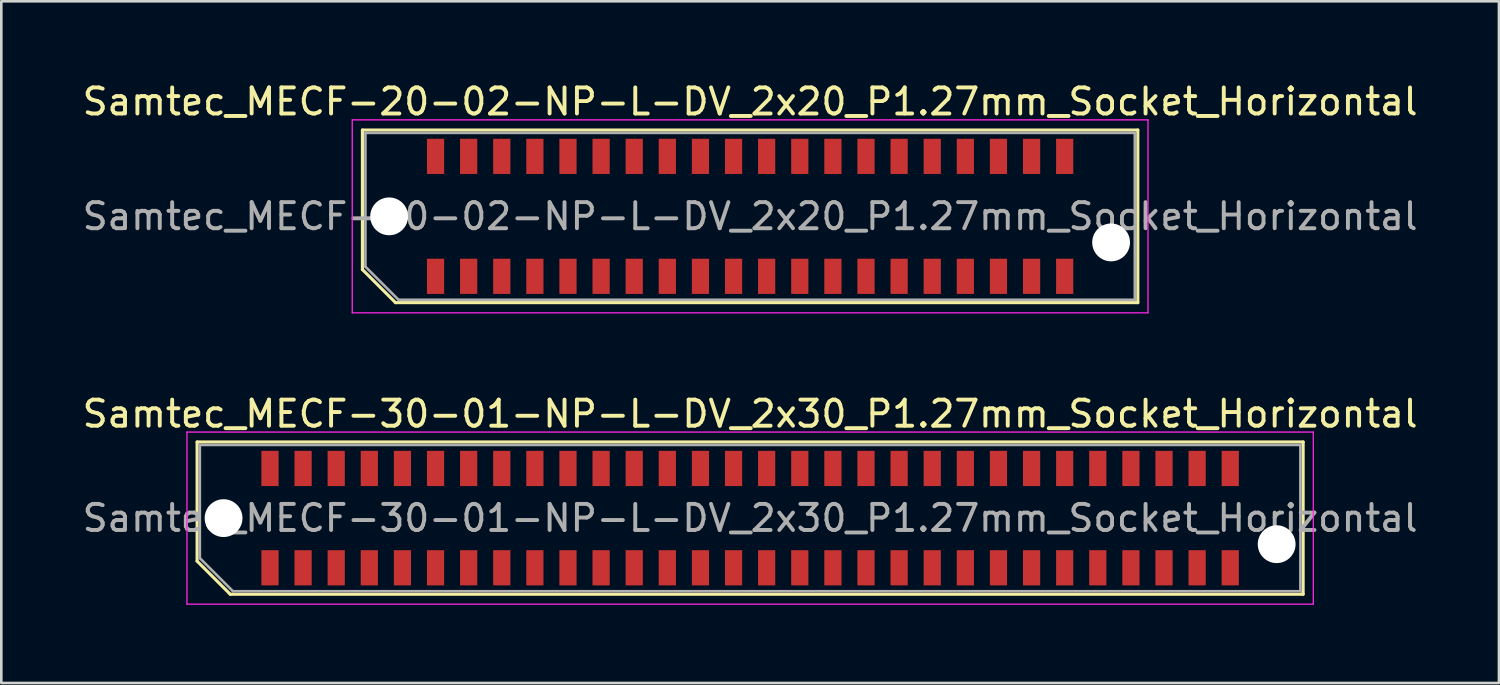
<source format=kicad_pcb>
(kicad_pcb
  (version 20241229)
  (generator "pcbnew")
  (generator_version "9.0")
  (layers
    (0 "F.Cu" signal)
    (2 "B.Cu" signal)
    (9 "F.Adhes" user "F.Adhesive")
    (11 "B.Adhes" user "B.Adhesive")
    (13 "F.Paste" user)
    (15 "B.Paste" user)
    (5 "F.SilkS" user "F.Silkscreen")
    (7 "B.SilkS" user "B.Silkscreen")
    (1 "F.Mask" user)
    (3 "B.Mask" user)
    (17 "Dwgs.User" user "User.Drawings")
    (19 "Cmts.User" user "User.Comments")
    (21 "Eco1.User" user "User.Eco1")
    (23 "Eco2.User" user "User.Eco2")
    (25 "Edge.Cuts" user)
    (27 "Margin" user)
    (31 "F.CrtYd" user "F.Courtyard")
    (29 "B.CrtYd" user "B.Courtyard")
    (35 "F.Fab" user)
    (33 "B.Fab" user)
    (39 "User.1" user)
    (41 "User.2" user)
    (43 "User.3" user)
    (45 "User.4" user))
  (footprint "Samtec_MECF-30-01-NP-L-DV_2x30_P1.27mm_Socket_Horizontal"
    (layer "F.Cu")
    (at 25.72 16.822)
    (property "Reference" "Samtec_MECF-30-01-NP-L-DV_2x30_P1.27mm_Socket_Horizontal" (at 0 -4 0) (layer "F.SilkS") (effects (font (size 1 1) (thickness 0.15))))
    (attr smd)
    (fp_line (start -21.21 -2.92) (end 21.21 -2.92) (stroke (width 0.12) (type solid)) (layer "F.SilkS"))
    (fp_line (start -21.21 1.65) (end -21.21 -2.92) (stroke (width 0.12) (type solid)) (layer "F.SilkS"))
    (fp_line (start -19.94 2.92) (end -21.21 1.65) (stroke (width 0.12) (type solid)) (layer "F.SilkS"))
    (fp_line (start -19.94 2.92) (end 21.21 2.92) (stroke (width 0.12) (type solid)) (layer "F.SilkS"))
    (fp_line (start 21.21 2.92) (end 21.21 -2.92) (stroke (width 0.12) (type solid)) (layer "F.SilkS"))
    (fp_line (start -21.6 -3.3) (end -21.6 3.3) (stroke (width 0.05) (type solid)) (layer "F.CrtYd"))
    (fp_line (start -21.6 3.3) (end 21.6 3.3) (stroke (width 0.05) (type solid)) (layer "F.CrtYd"))
    (fp_line (start 21.6 -3.3) (end -21.6 -3.3) (stroke (width 0.05) (type solid)) (layer "F.CrtYd"))
    (fp_line (start 21.6 3.3) (end 21.6 -3.3) (stroke (width 0.05) (type solid)) (layer "F.CrtYd"))
    (fp_line (start -21.105 -2.805) (end 21.105 -2.805) (stroke (width 0.1) (type solid)) (layer "F.Fab"))
    (fp_line (start -21.105 1.535) (end -21.105 -2.805) (stroke (width 0.1) (type solid)) (layer "F.Fab"))
    (fp_line (start -21.105 1.535) (end -19.835 2.805) (stroke (width 0.1) (type solid)) (layer "F.Fab"))
    (fp_line (start -19.835 2.805) (end 21.105 2.805) (stroke (width 0.1) (type solid)) (layer "F.Fab"))
    (fp_line (start 21.105 2.805) (end 21.105 -2.805) (stroke (width 0.1) (type solid)) (layer "F.Fab"))
    (fp_text user "${REFERENCE}" (at 0 0 0) (layer "F.Fab") (effects (font (size 1 1) (thickness 0.15))))
    (pad "" np_thru_hole circle (at -20.195 0) (size 1.45 1.45) (drill 1.45) (layers "*.Cu" "*.Mask"))
    (pad "" np_thru_hole circle (at 20.195 1) (size 1.45 1.45) (drill 1.45) (layers "*.Cu" "*.Mask"))
    (pad "1" smd rect (at -18.415 1.905) (size 0.66 1.35) (layers "F.Cu" "F.Mask" "F.Paste"))
    (pad "2" smd rect (at -18.415 -1.905) (size 0.66 1.35) (layers "F.Cu" "F.Mask" "F.Paste"))
    (pad "3" smd rect (at -17.145 1.905) (size 0.66 1.35) (layers "F.Cu" "F.Mask" "F.Paste"))
    (pad "4" smd rect (at -17.145 -1.905) (size 0.66 1.35) (layers "F.Cu" "F.Mask" "F.Paste"))
    (pad "5" smd rect (at -15.875 1.905) (size 0.66 1.35) (layers "F.Cu" "F.Mask" "F.Paste"))
    (pad "6" smd rect (at -15.875 -1.905) (size 0.66 1.35) (layers "F.Cu" "F.Mask" "F.Paste"))
    (pad "7" smd rect (at -14.605 1.905) (size 0.66 1.35) (layers "F.Cu" "F.Mask" "F.Paste"))
    (pad "8" smd rect (at -14.605 -1.905) (size 0.66 1.35) (layers "F.Cu" "F.Mask" "F.Paste"))
    (pad "9" smd rect (at -13.335 1.905) (size 0.66 1.35) (layers "F.Cu" "F.Mask" "F.Paste"))
    (pad "10" smd rect (at -13.335 -1.905) (size 0.66 1.35) (layers "F.Cu" "F.Mask" "F.Paste"))
    (pad "11" smd rect (at -12.065 1.905) (size 0.66 1.35) (layers "F.Cu" "F.Mask" "F.Paste"))
    (pad "12" smd rect (at -12.065 -1.905) (size 0.66 1.35) (layers "F.Cu" "F.Mask" "F.Paste"))
    (pad "13" smd rect (at -10.795 1.905) (size 0.66 1.35) (layers "F.Cu" "F.Mask" "F.Paste"))
    (pad "14" smd rect (at -10.795 -1.905) (size 0.66 1.35) (layers "F.Cu" "F.Mask" "F.Paste"))
    (pad "15" smd rect (at -9.525 1.905) (size 0.66 1.35) (layers "F.Cu" "F.Mask" "F.Paste"))
    (pad "16" smd rect (at -9.525 -1.905) (size 0.66 1.35) (layers "F.Cu" "F.Mask" "F.Paste"))
    (pad "17" smd rect (at -8.255 1.905) (size 0.66 1.35) (layers "F.Cu" "F.Mask" "F.Paste"))
    (pad "18" smd rect (at -8.255 -1.905) (size 0.66 1.35) (layers "F.Cu" "F.Mask" "F.Paste"))
    (pad "19" smd rect (at -6.985 1.905) (size 0.66 1.35) (layers "F.Cu" "F.Mask" "F.Paste"))
    (pad "20" smd rect (at -6.985 -1.905) (size 0.66 1.35) (layers "F.Cu" "F.Mask" "F.Paste"))
    (pad "21" smd rect (at -5.715 1.905) (size 0.66 1.35) (layers "F.Cu" "F.Mask" "F.Paste"))
    (pad "22" smd rect (at -5.715 -1.905) (size 0.66 1.35) (layers "F.Cu" "F.Mask" "F.Paste"))
    (pad "23" smd rect (at -4.445 1.905) (size 0.66 1.35) (layers "F.Cu" "F.Mask" "F.Paste"))
    (pad "24" smd rect (at -4.445 -1.905) (size 0.66 1.35) (layers "F.Cu" "F.Mask" "F.Paste"))
    (pad "25" smd rect (at -3.175 1.905) (size 0.66 1.35) (layers "F.Cu" "F.Mask" "F.Paste"))
    (pad "26" smd rect (at -3.175 -1.905) (size 0.66 1.35) (layers "F.Cu" "F.Mask" "F.Paste"))
    (pad "27" smd rect (at -1.905 1.905) (size 0.66 1.35) (layers "F.Cu" "F.Mask" "F.Paste"))
    (pad "28" smd rect (at -1.905 -1.905) (size 0.66 1.35) (layers "F.Cu" "F.Mask" "F.Paste"))
    (pad "29" smd rect (at -0.635 1.905) (size 0.66 1.35) (layers "F.Cu" "F.Mask" "F.Paste"))
    (pad "30" smd rect (at -0.635 -1.905) (size 0.66 1.35) (layers "F.Cu" "F.Mask" "F.Paste"))
    (pad "31" smd rect (at 0.635 1.905) (size 0.66 1.35) (layers "F.Cu" "F.Mask" "F.Paste"))
    (pad "32" smd rect (at 0.635 -1.905) (size 0.66 1.35) (layers "F.Cu" "F.Mask" "F.Paste"))
    (pad "33" smd rect (at 1.905 1.905) (size 0.66 1.35) (layers "F.Cu" "F.Mask" "F.Paste"))
    (pad "34" smd rect (at 1.905 -1.905) (size 0.66 1.35) (layers "F.Cu" "F.Mask" "F.Paste"))
    (pad "35" smd rect (at 3.175 1.905) (size 0.66 1.35) (layers "F.Cu" "F.Mask" "F.Paste"))
    (pad "36" smd rect (at 3.175 -1.905) (size 0.66 1.35) (layers "F.Cu" "F.Mask" "F.Paste"))
    (pad "37" smd rect (at 4.445 1.905) (size 0.66 1.35) (layers "F.Cu" "F.Mask" "F.Paste"))
    (pad "38" smd rect (at 4.445 -1.905) (size 0.66 1.35) (layers "F.Cu" "F.Mask" "F.Paste"))
    (pad "39" smd rect (at 5.715 1.905) (size 0.66 1.35) (layers "F.Cu" "F.Mask" "F.Paste"))
    (pad "40" smd rect (at 5.715 -1.905) (size 0.66 1.35) (layers "F.Cu" "F.Mask" "F.Paste"))
    (pad "41" smd rect (at 6.985 1.905) (size 0.66 1.35) (layers "F.Cu" "F.Mask" "F.Paste"))
    (pad "42" smd rect (at 6.985 -1.905) (size 0.66 1.35) (layers "F.Cu" "F.Mask" "F.Paste"))
    (pad "43" smd rect (at 8.255 1.905) (size 0.66 1.35) (layers "F.Cu" "F.Mask" "F.Paste"))
    (pad "44" smd rect (at 8.255 -1.905) (size 0.66 1.35) (layers "F.Cu" "F.Mask" "F.Paste"))
    (pad "45" smd rect (at 9.525 1.905) (size 0.66 1.35) (layers "F.Cu" "F.Mask" "F.Paste"))
    (pad "46" smd rect (at 9.525 -1.905) (size 0.66 1.35) (layers "F.Cu" "F.Mask" "F.Paste"))
    (pad "47" smd rect (at 10.795 1.905) (size 0.66 1.35) (layers "F.Cu" "F.Mask" "F.Paste"))
    (pad "48" smd rect (at 10.795 -1.905) (size 0.66 1.35) (layers "F.Cu" "F.Mask" "F.Paste"))
    (pad "49" smd rect (at 12.065 1.905) (size 0.66 1.35) (layers "F.Cu" "F.Mask" "F.Paste"))
    (pad "50" smd rect (at 12.065 -1.905) (size 0.66 1.35) (layers "F.Cu" "F.Mask" "F.Paste"))
    (pad "51" smd rect (at 13.335 1.905) (size 0.66 1.35) (layers "F.Cu" "F.Mask" "F.Paste"))
    (pad "52" smd rect (at 13.335 -1.905) (size 0.66 1.35) (layers "F.Cu" "F.Mask" "F.Paste"))
    (pad "53" smd rect (at 14.605 1.905) (size 0.66 1.35) (layers "F.Cu" "F.Mask" "F.Paste"))
    (pad "54" smd rect (at 14.605 -1.905) (size 0.66 1.35) (layers "F.Cu" "F.Mask" "F.Paste"))
    (pad "55" smd rect (at 15.875 1.905) (size 0.66 1.35) (layers "F.Cu" "F.Mask" "F.Paste"))
    (pad "56" smd rect (at 15.875 -1.905) (size 0.66 1.35) (layers "F.Cu" "F.Mask" "F.Paste"))
    (pad "57" smd rect (at 17.145 1.905) (size 0.66 1.35) (layers "F.Cu" "F.Mask" "F.Paste"))
    (pad "58" smd rect (at 17.145 -1.905) (size 0.66 1.35) (layers "F.Cu" "F.Mask" "F.Paste"))
    (pad "59" smd rect (at 18.415 1.905) (size 0.66 1.35) (layers "F.Cu" "F.Mask" "F.Paste"))
    (pad "60" smd rect (at 18.415 -1.905) (size 0.66 1.35) (layers "F.Cu" "F.Mask" "F.Paste")))
  (footprint "Samtec_MECF-20-02-NP-L-DV_2x20_P1.27mm_Socket_Horizontal"
    (layer "F.Cu")
    (at 25.72 5.248)
    (property "Reference" "Samtec_MECF-20-02-NP-L-DV_2x20_P1.27mm_Socket_Horizontal" (at 0 -4.4 0) (layer "F.SilkS") (effects (font (size 1 1) (thickness 0.15))))
    (attr smd)
    (fp_line (start -14.87 -3.31) (end 14.87 -3.31) (stroke (width 0.12) (type solid)) (layer "F.SilkS"))
    (fp_line (start -14.87 2.04) (end -14.87 -3.31) (stroke (width 0.12) (type solid)) (layer "F.SilkS"))
    (fp_line (start -13.6 3.31) (end -14.87 2.04) (stroke (width 0.12) (type solid)) (layer "F.SilkS"))
    (fp_line (start -13.6 3.31) (end 14.87 3.31) (stroke (width 0.12) (type solid)) (layer "F.SilkS"))
    (fp_line (start 14.87 3.31) (end 14.87 -3.31) (stroke (width 0.12) (type solid)) (layer "F.SilkS"))
    (fp_line (start -15.26 -3.7) (end -15.26 3.7) (stroke (width 0.05) (type solid)) (layer "F.CrtYd"))
    (fp_line (start -15.26 3.7) (end 15.26 3.7) (stroke (width 0.05) (type solid)) (layer "F.CrtYd"))
    (fp_line (start 15.26 -3.7) (end -15.26 -3.7) (stroke (width 0.05) (type solid)) (layer "F.CrtYd"))
    (fp_line (start 15.26 3.7) (end 15.26 -3.7) (stroke (width 0.05) (type solid)) (layer "F.CrtYd"))
    (fp_line (start -14.755 -3.2) (end 14.755 -3.2) (stroke (width 0.1) (type solid)) (layer "F.Fab"))
    (fp_line (start -14.755 1.93) (end -14.755 -3.2) (stroke (width 0.1) (type solid)) (layer "F.Fab"))
    (fp_line (start -14.755 1.93) (end -13.485 3.2) (stroke (width 0.1) (type solid)) (layer "F.Fab"))
    (fp_line (start -13.485 3.2) (end 14.755 3.2) (stroke (width 0.1) (type solid)) (layer "F.Fab"))
    (fp_line (start 14.755 3.2) (end 14.755 -3.2) (stroke (width 0.1) (type solid)) (layer "F.Fab"))
    (fp_text user "${REFERENCE}" (at 0 0 0) (layer "F.Fab") (effects (font (size 1 1) (thickness 0.15))))
    (pad "" np_thru_hole circle (at -13.845 0) (size 1.45 1.45) (drill 1.45) (layers "*.Cu" "*.Mask"))
    (pad "" np_thru_hole circle (at 13.845 1) (size 1.45 1.45) (drill 1.45) (layers "*.Cu" "*.Mask"))
    (pad "1" smd rect (at -12.065 2.3) (size 0.66 1.35) (layers "F.Cu" "F.Mask" "F.Paste"))
    (pad "2" smd rect (at -12.065 -2.3) (size 0.66 1.35) (layers "F.Cu" "F.Mask" "F.Paste"))
    (pad "3" smd rect (at -10.795 2.3) (size 0.66 1.35) (layers "F.Cu" "F.Mask" "F.Paste"))
    (pad "4" smd rect (at -10.795 -2.3) (size 0.66 1.35) (layers "F.Cu" "F.Mask" "F.Paste"))
    (pad "5" smd rect (at -9.525 2.3) (size 0.66 1.35) (layers "F.Cu" "F.Mask" "F.Paste"))
    (pad "6" smd rect (at -9.525 -2.3) (size 0.66 1.35) (layers "F.Cu" "F.Mask" "F.Paste"))
    (pad "7" smd rect (at -8.255 2.3) (size 0.66 1.35) (layers "F.Cu" "F.Mask" "F.Paste"))
    (pad "8" smd rect (at -8.255 -2.3) (size 0.66 1.35) (layers "F.Cu" "F.Mask" "F.Paste"))
    (pad "9" smd rect (at -6.985 2.3) (size 0.66 1.35) (layers "F.Cu" "F.Mask" "F.Paste"))
    (pad "10" smd rect (at -6.985 -2.3) (size 0.66 1.35) (layers "F.Cu" "F.Mask" "F.Paste"))
    (pad "11" smd rect (at -5.715 2.3) (size 0.66 1.35) (layers "F.Cu" "F.Mask" "F.Paste"))
    (pad "12" smd rect (at -5.715 -2.3) (size 0.66 1.35) (layers "F.Cu" "F.Mask" "F.Paste"))
    (pad "13" smd rect (at -4.445 2.3) (size 0.66 1.35) (layers "F.Cu" "F.Mask" "F.Paste"))
    (pad "14" smd rect (at -4.445 -2.3) (size 0.66 1.35) (layers "F.Cu" "F.Mask" "F.Paste"))
    (pad "15" smd rect (at -3.175 2.3) (size 0.66 1.35) (layers "F.Cu" "F.Mask" "F.Paste"))
    (pad "16" smd rect (at -3.175 -2.3) (size 0.66 1.35) (layers "F.Cu" "F.Mask" "F.Paste"))
    (pad "17" smd rect (at -1.905 2.3) (size 0.66 1.35) (layers "F.Cu" "F.Mask" "F.Paste"))
    (pad "18" smd rect (at -1.905 -2.3) (size 0.66 1.35) (layers "F.Cu" "F.Mask" "F.Paste"))
    (pad "19" smd rect (at -0.635 2.3) (size 0.66 1.35) (layers "F.Cu" "F.Mask" "F.Paste"))
    (pad "20" smd rect (at -0.635 -2.3) (size 0.66 1.35) (layers "F.Cu" "F.Mask" "F.Paste"))
    (pad "21" smd rect (at 0.635 2.3) (size 0.66 1.35) (layers "F.Cu" "F.Mask" "F.Paste"))
    (pad "22" smd rect (at 0.635 -2.3) (size 0.66 1.35) (layers "F.Cu" "F.Mask" "F.Paste"))
    (pad "23" smd rect (at 1.905 2.3) (size 0.66 1.35) (layers "F.Cu" "F.Mask" "F.Paste"))
    (pad "24" smd rect (at 1.905 -2.3) (size 0.66 1.35) (layers "F.Cu" "F.Mask" "F.Paste"))
    (pad "25" smd rect (at 3.175 2.3) (size 0.66 1.35) (layers "F.Cu" "F.Mask" "F.Paste"))
    (pad "26" smd rect (at 3.175 -2.3) (size 0.66 1.35) (layers "F.Cu" "F.Mask" "F.Paste"))
    (pad "27" smd rect (at 4.445 2.3) (size 0.66 1.35) (layers "F.Cu" "F.Mask" "F.Paste"))
    (pad "28" smd rect (at 4.445 -2.3) (size 0.66 1.35) (layers "F.Cu" "F.Mask" "F.Paste"))
    (pad "29" smd rect (at 5.715 2.3) (size 0.66 1.35) (layers "F.Cu" "F.Mask" "F.Paste"))
    (pad "30" smd rect (at 5.715 -2.3) (size 0.66 1.35) (layers "F.Cu" "F.Mask" "F.Paste"))
    (pad "31" smd rect (at 6.985 2.3) (size 0.66 1.35) (layers "F.Cu" "F.Mask" "F.Paste"))
    (pad "32" smd rect (at 6.985 -2.3) (size 0.66 1.35) (layers "F.Cu" "F.Mask" "F.Paste"))
    (pad "33" smd rect (at 8.255 2.3) (size 0.66 1.35) (layers "F.Cu" "F.Mask" "F.Paste"))
    (pad "34" smd rect (at 8.255 -2.3) (size 0.66 1.35) (layers "F.Cu" "F.Mask" "F.Paste"))
    (pad "35" smd rect (at 9.525 2.3) (size 0.66 1.35) (layers "F.Cu" "F.Mask" "F.Paste"))
    (pad "36" smd rect (at 9.525 -2.3) (size 0.66 1.35) (layers "F.Cu" "F.Mask" "F.Paste"))
    (pad "37" smd rect (at 10.795 2.3) (size 0.66 1.35) (layers "F.Cu" "F.Mask" "F.Paste"))
    (pad "38" smd rect (at 10.795 -2.3) (size 0.66 1.35) (layers "F.Cu" "F.Mask" "F.Paste"))
    (pad "39" smd rect (at 12.065 2.3) (size 0.66 1.35) (layers "F.Cu" "F.Mask" "F.Paste"))
    (pad "40" smd rect (at 12.065 -2.3) (size 0.66 1.35) (layers "F.Cu" "F.Mask" "F.Paste")))
  (gr_rect
    (start -3 -3)
    (end 54.44 23.146)
    (stroke (width 0.1) (type default))
    (fill no)
    (layer "Edge.Cuts")))
</source>
